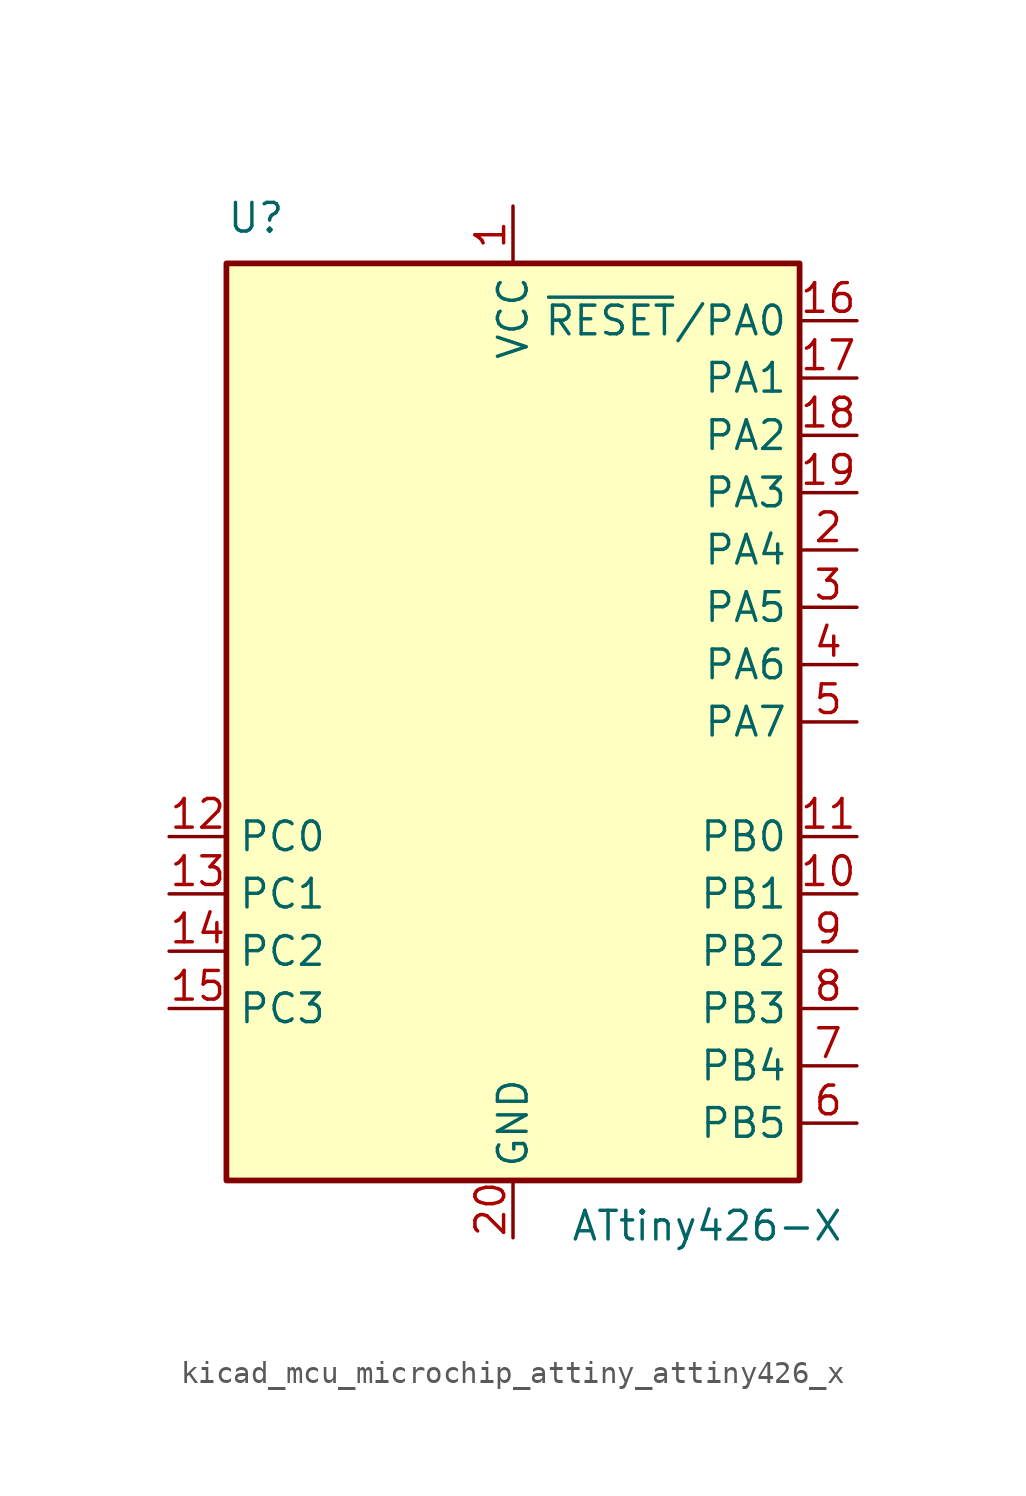
<source format=kicad_sym>
(kicad_symbol_lib
  (version 20220914)
  (generator kicad_symbol_editor)
  (symbol "kicad_mcu_microchip_attiny_attiny426_x"
    (property "Reference" "U"
      (at -12.7 21.59 0)
      (effects (font (size 1.27 1.27)) (justify left bottom)))
    (property "Value" "ATtiny426-X"
      (at 2.54 -21.59 0)
      (effects (font (size 1.27 1.27)) (justify left top)))
    (symbol "kicad_mcu_microchip_attiny_attiny426_x_0_1"
      (rectangle (start -12.7 -20.32) (end 12.7 20.32) (stroke (width 0.254) (type default)) (fill (type background))))
    (symbol "kicad_mcu_microchip_attiny_attiny426_x_1_1"
      (pin power_in line (at 0 22.86 270) (length 2.54) (name "VCC" (effects (font (size 1.27 1.27)))) (number "1" (effects (font (size 1.27 1.27)))))
      (pin bidirectional line (at 15.24 -7.62 180) (length 2.54) (name "PB1" (effects (font (size 1.27 1.27)))) (number "10" (effects (font (size 1.27 1.27)))))
      (pin bidirectional line (at 15.24 -5.08 180) (length 2.54) (name "PB0" (effects (font (size 1.27 1.27)))) (number "11" (effects (font (size 1.27 1.27)))))
      (pin bidirectional line (at -15.24 -5.08 0) (length 2.54) (name "PC0" (effects (font (size 1.27 1.27)))) (number "12" (effects (font (size 1.27 1.27)))))
      (pin bidirectional line (at -15.24 -7.62 0) (length 2.54) (name "PC1" (effects (font (size 1.27 1.27)))) (number "13" (effects (font (size 1.27 1.27)))))
      (pin bidirectional line (at -15.24 -10.16 0) (length 2.54) (name "PC2" (effects (font (size 1.27 1.27)))) (number "14" (effects (font (size 1.27 1.27)))))
      (pin bidirectional line (at -15.24 -12.7 0) (length 2.54) (name "PC3" (effects (font (size 1.27 1.27)))) (number "15" (effects (font (size 1.27 1.27)))))
      (pin bidirectional line (at 15.24 17.78 180) (length 2.54) (name "~{RESET}/PA0" (effects (font (size 1.27 1.27)))) (number "16" (effects (font (size 1.27 1.27)))))
      (pin bidirectional line (at 15.24 15.24 180) (length 2.54) (name "PA1" (effects (font (size 1.27 1.27)))) (number "17" (effects (font (size 1.27 1.27)))))
      (pin bidirectional line (at 15.24 12.7 180) (length 2.54) (name "PA2" (effects (font (size 1.27 1.27)))) (number "18" (effects (font (size 1.27 1.27)))))
      (pin bidirectional line (at 15.24 10.16 180) (length 2.54) (name "PA3" (effects (font (size 1.27 1.27)))) (number "19" (effects (font (size 1.27 1.27)))))
      (pin bidirectional line (at 15.24 7.62 180) (length 2.54) (name "PA4" (effects (font (size 1.27 1.27)))) (number "2" (effects (font (size 1.27 1.27)))))
      (pin power_in line (at 0 -22.86 90) (length 2.54) (name "GND" (effects (font (size 1.27 1.27)))) (number "20" (effects (font (size 1.27 1.27)))))
      (pin bidirectional line (at 15.24 5.08 180) (length 2.54) (name "PA5" (effects (font (size 1.27 1.27)))) (number "3" (effects (font (size 1.27 1.27)))))
      (pin bidirectional line (at 15.24 2.54 180) (length 2.54) (name "PA6" (effects (font (size 1.27 1.27)))) (number "4" (effects (font (size 1.27 1.27)))))
      (pin bidirectional line (at 15.24 0 180) (length 2.54) (name "PA7" (effects (font (size 1.27 1.27)))) (number "5" (effects (font (size 1.27 1.27)))))
      (pin bidirectional line (at 15.24 -17.78 180) (length 2.54) (name "PB5" (effects (font (size 1.27 1.27)))) (number "6" (effects (font (size 1.27 1.27)))))
      (pin bidirectional line (at 15.24 -15.24 180) (length 2.54) (name "PB4" (effects (font (size 1.27 1.27)))) (number "7" (effects (font (size 1.27 1.27)))))
      (pin bidirectional line (at 15.24 -12.7 180) (length 2.54) (name "PB3" (effects (font (size 1.27 1.27)))) (number "8" (effects (font (size 1.27 1.27)))))
      (pin bidirectional line (at 15.24 -10.16 180) (length 2.54) (name "PB2" (effects (font (size 1.27 1.27)))) (number "9" (effects (font (size 1.27 1.27))))))))
</source>
